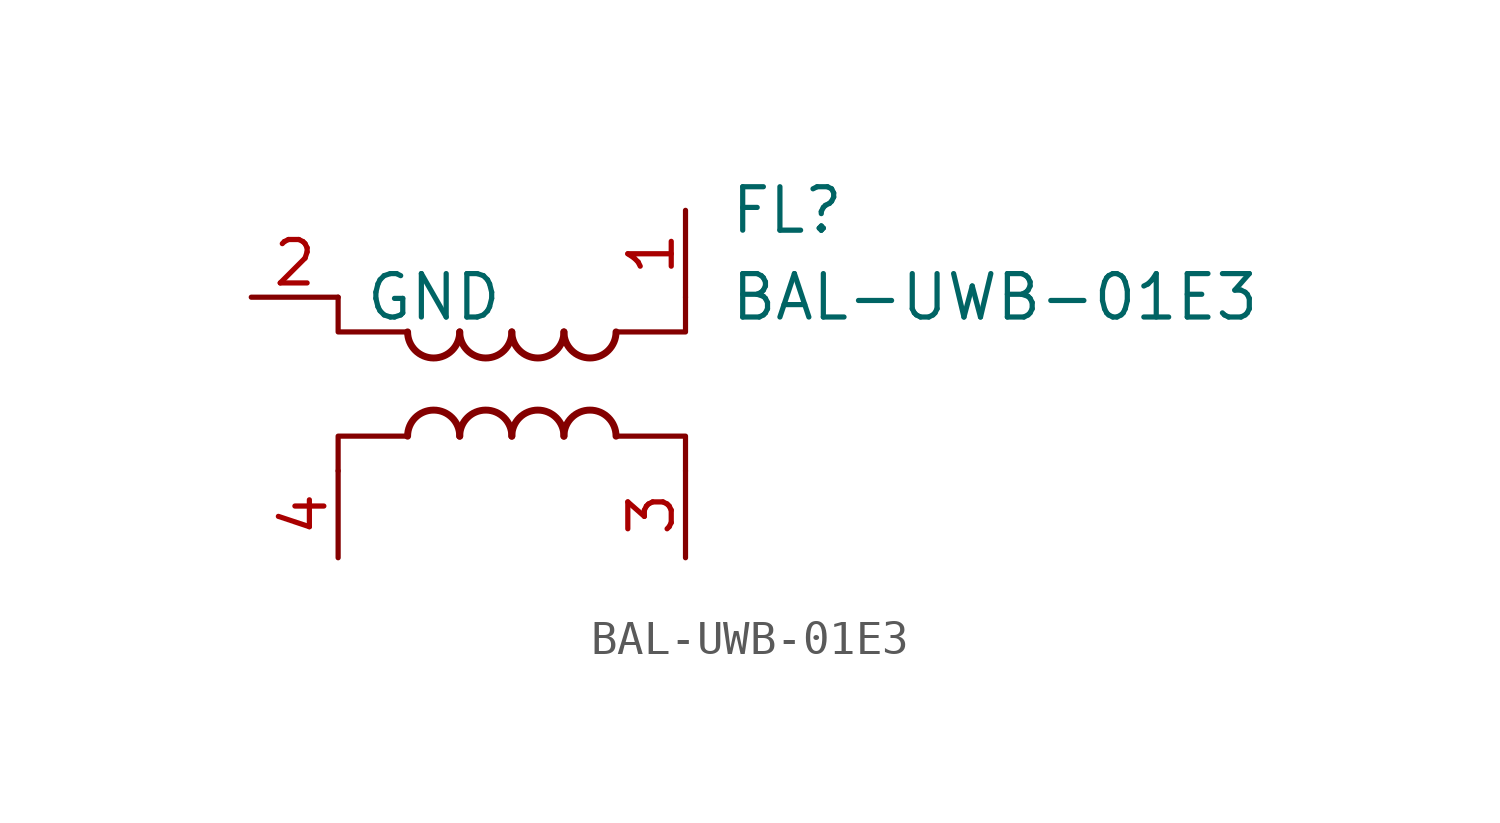
<source format=kicad_sym>
(kicad_symbol_lib
  (version 20211014)
  (generator kicad_symbol_editor)
  (symbol "BAL-UWB-01E3"
    (pin_names
      (offset 0.762))
    (property "Reference" "FL"
      (at 13.97 2.54 0)
      (effects (font (size 1.27 1.27)) (justify left)))
    (property "Value" "BAL-UWB-01E3"
      (at 13.97 0 0)
      (effects (font (size 1.27 1.27)) (justify left)))
    (symbol "BAL-UWB-01E3_1_1"
      (polyline (pts (xy 2.54 -5.08) (xy 2.54 -4.064) (xy 4.572 -4.064)) (stroke (width 0.152) (type default) (color 0 0 0 0)) (fill (type none)))
      (polyline (pts (xy 4.572 -1.016) (xy 2.54 -1.016) (xy 2.54 0)) (stroke (width 0.152) (type default) (color 0 0 0 0)) (fill (type none)))
      (polyline (pts (xy 10.668 -4.064) (xy 12.7 -4.064) (xy 12.7 -5.08)) (stroke (width 0.152) (type default) (color 0 0 0 0)) (fill (type none)))
      (polyline (pts (xy 12.7 0) (xy 12.7 -1.016) (xy 10.668 -1.016)) (stroke (width 0.152) (type default) (color 0 0 0 0)) (fill (type none)))
      (arc (start 4.572 -1.016) (mid 5.334 -1.778) (end 6.096 -1.016) (stroke (width 0.2032) (type default) (color 0 0 0 0)) (fill (type none)))
      (arc (start 6.096 -4.064) (mid 5.334 -3.302) (end 4.572 -4.064) (stroke (width 0.2032) (type default) (color 0 0 0 0)) (fill (type none)))
      (arc (start 6.096 -1.016) (mid 6.858 -1.778) (end 7.62 -1.016) (stroke (width 0.2032) (type default) (color 0 0 0 0)) (fill (type none)))
      (arc (start 7.62 -4.064) (mid 6.858 -3.302) (end 6.096 -4.064) (stroke (width 0.2032) (type default) (color 0 0 0 0)) (fill (type none)))
      (arc (start 7.62 -1.016) (mid 8.382 -1.778) (end 9.144 -1.016) (stroke (width 0.2032) (type default) (color 0 0 0 0)) (fill (type none)))
      (arc (start 9.144 -4.064) (mid 8.382 -3.302) (end 7.62 -4.064) (stroke (width 0.2032) (type default) (color 0 0 0 0)) (fill (type none)))
      (arc (start 9.144 -1.016) (mid 9.906 -1.778) (end 10.668 -1.016) (stroke (width 0.2032) (type default) (color 0 0 0 0)) (fill (type none)))
      (arc (start 10.668 -4.064) (mid 9.906 -3.302) (end 9.144 -4.064) (stroke (width 0.2032) (type default) (color 0 0 0 0)) (fill (type none)))
      (pin passive line (at 12.7 2.54 270) (length 2.54) (name "~" (effects (font (size 1.27 1.27)))) (number "1" (effects (font (size 1.27 1.27)))))
      (pin power_in line (at 0 0 0) (length 2.54) (name "GND" (effects (font (size 1.27 1.27)))) (number "2" (effects (font (size 1.27 1.27)))))
      (pin passive line (at 12.7 -7.62 90) (length 2.54) (name "~" (effects (font (size 1.27 1.27)))) (number "3" (effects (font (size 1.27 1.27)))))
      (pin passive line (at 2.54 -7.62 90) (length 2.54) (name "~" (effects (font (size 1.27 1.27)))) (number "4" (effects (font (size 1.27 1.27)))))
      (pin passive line (at 0 0 0) (length 2.54) hide (name "GND" (effects (font (size 1.27 1.27)))) (number "5" (effects (font (size 1.27 1.27)))))
      (pin no_connect line (at 7.62 -5.08 90) (length 2.54) hide (name "NC" (effects (font (size 1.27 1.27)))) (number "6" (effects (font (size 1.27 1.27))))))))
</source>
